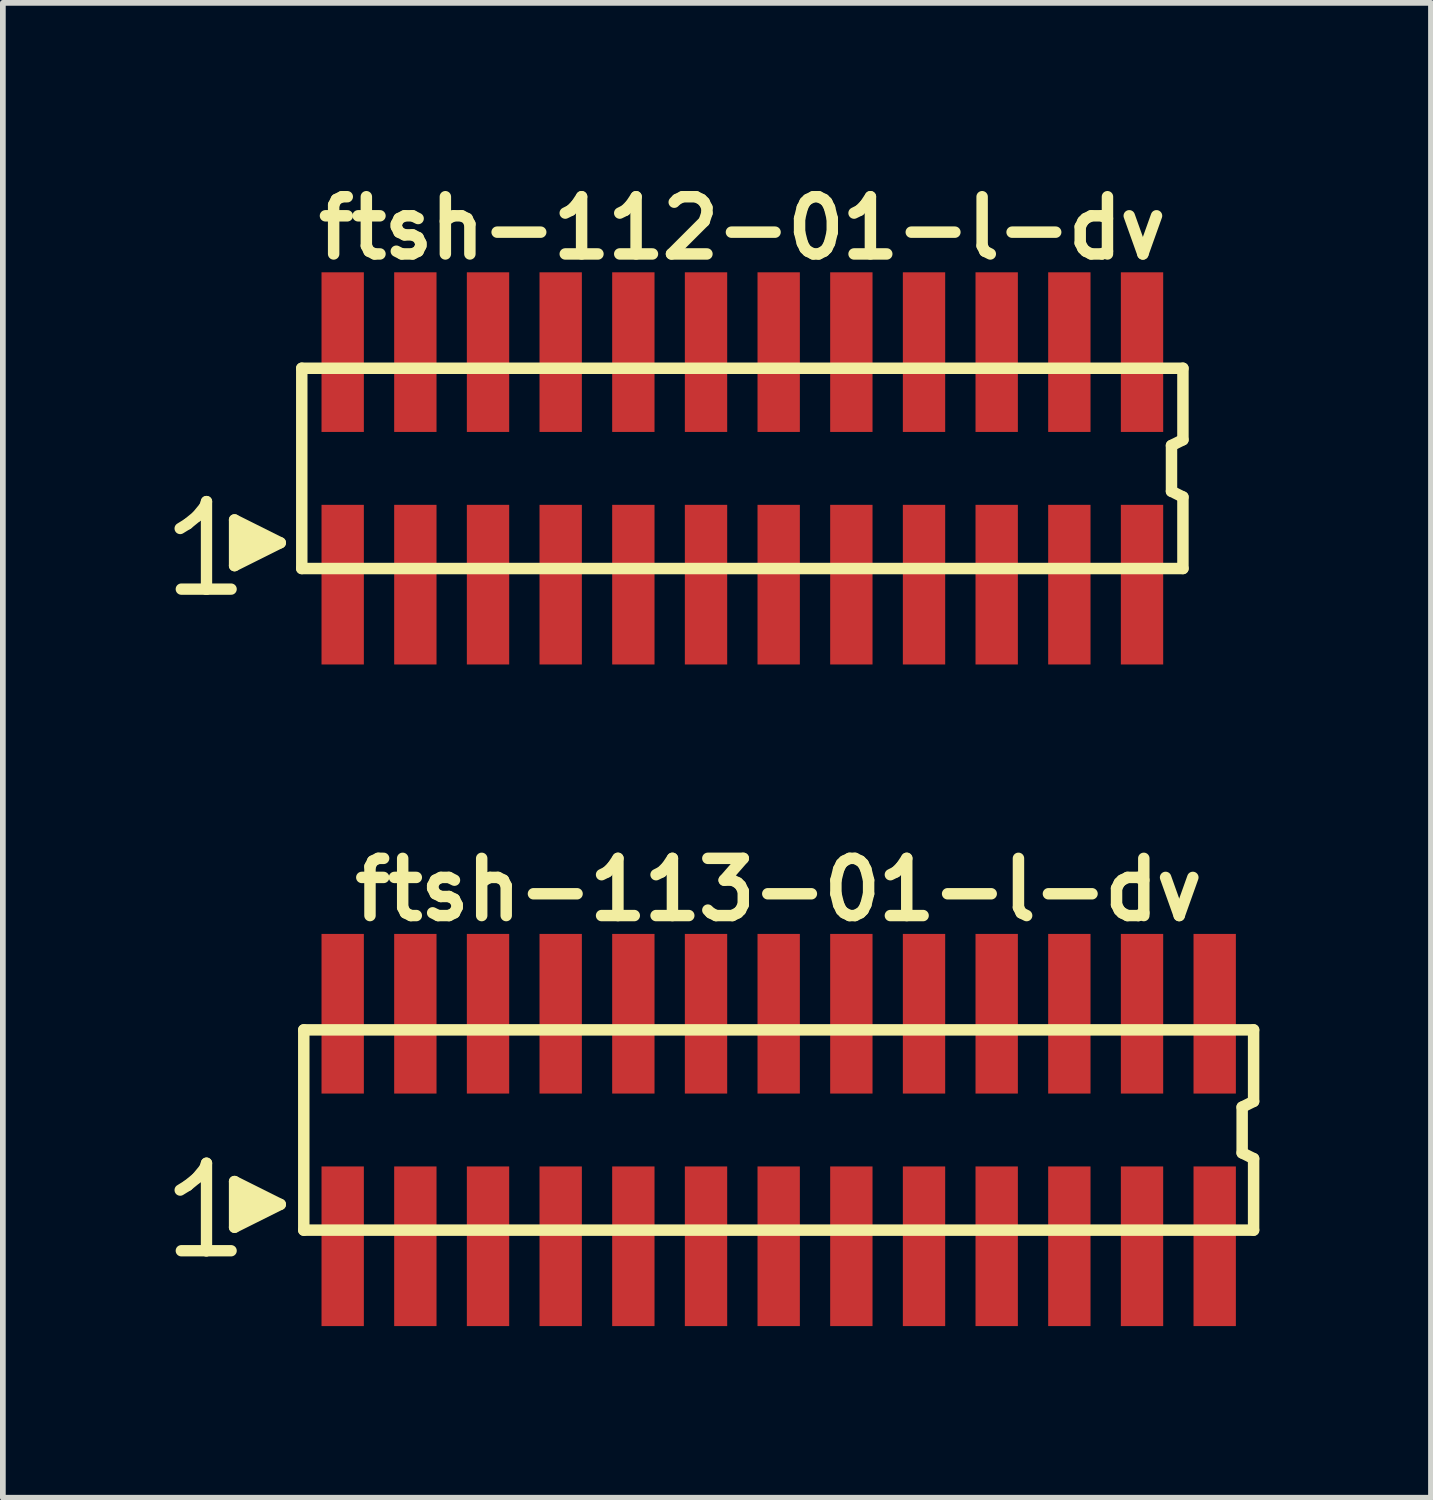
<source format=kicad_pcb>
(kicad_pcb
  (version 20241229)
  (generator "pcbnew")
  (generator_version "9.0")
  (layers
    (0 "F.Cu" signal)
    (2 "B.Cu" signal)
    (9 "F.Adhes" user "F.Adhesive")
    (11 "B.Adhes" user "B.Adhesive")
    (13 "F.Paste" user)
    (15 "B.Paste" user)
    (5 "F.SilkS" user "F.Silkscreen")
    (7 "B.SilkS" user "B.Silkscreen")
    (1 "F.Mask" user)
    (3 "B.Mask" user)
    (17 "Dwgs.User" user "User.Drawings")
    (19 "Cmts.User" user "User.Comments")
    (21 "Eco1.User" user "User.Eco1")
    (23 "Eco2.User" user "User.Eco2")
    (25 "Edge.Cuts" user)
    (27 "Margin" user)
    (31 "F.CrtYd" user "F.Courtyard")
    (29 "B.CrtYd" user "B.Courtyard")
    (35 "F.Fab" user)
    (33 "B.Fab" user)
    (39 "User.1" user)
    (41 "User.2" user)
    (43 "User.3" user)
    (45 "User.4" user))
  (footprint "ftsh-112-01-l-dv"
    (layer "F.Cu")
    (at 9.924 5.136)
    (property "Reference" "ftsh-112-01-l-dv" (at 0 -4.2 0) (layer "F.SilkS") (effects (font (size 1 1) (thickness 0.2))))
    (attr through_hole)
    (fp_line (start -9.825 1.05) (end -9.695 0.97) (stroke (width 0.198) (type solid)) (layer "F.SilkS"))
    (fp_line (start -9.695 0.97) (end -9.535 0.84) (stroke (width 0.198) (type solid)) (layer "F.SilkS"))
    (fp_line (start -9.535 0.84) (end -9.395 0.67) (stroke (width 0.198) (type solid)) (layer "F.SilkS"))
    (fp_line (start -9.395 0.67) (end -9.365 0.58) (stroke (width 0.198) (type solid)) (layer "F.SilkS"))
    (fp_line (start -9.365 0.58) (end -9.365 2.11) (stroke (width 0.198) (type solid)) (layer "F.SilkS"))
    (fp_line (start -9.365 2.11) (end -9.805 2.11) (stroke (width 0.198) (type solid)) (layer "F.SilkS"))
    (fp_line (start -8.935 2.11) (end -9.375 2.11) (stroke (width 0.198) (type solid)) (layer "F.SilkS"))
    (fp_line (start -8.875 0.9) (end -8.075 1.3) (stroke (width 0.198) (type solid)) (layer "F.SilkS"))
    (fp_line (start -8.875 1.7) (end -8.875 0.9) (stroke (width 0.198) (type solid)) (layer "F.SilkS"))
    (fp_line (start -8.775 1.6) (end -8.775 1) (stroke (width 0.198) (type solid)) (layer "F.SilkS"))
    (fp_line (start -8.675 1.1) (end -8.675 1.5) (stroke (width 0.198) (type solid)) (layer "F.SilkS"))
    (fp_line (start -8.575 1.5) (end -8.575 1.1) (stroke (width 0.198) (type solid)) (layer "F.SilkS"))
    (fp_line (start -8.475 1.2) (end -8.475 1.4) (stroke (width 0.198) (type solid)) (layer "F.SilkS"))
    (fp_line (start -8.375 1.4) (end -8.375 1.2) (stroke (width 0.198) (type solid)) (layer "F.SilkS"))
    (fp_line (start -8.075 1.3) (end -8.875 1.7) (stroke (width 0.198) (type solid)) (layer "F.SilkS"))
    (fp_line (start -7.7 -1.75) (end -7.7 1.75) (stroke (width 0.2) (type solid)) (layer "F.SilkS"))
    (fp_line (start -7.7 -1.75) (end 7.7 -1.75) (stroke (width 0.2) (type solid)) (layer "F.SilkS"))
    (fp_line (start -7.7 1.75) (end 7.7 1.75) (stroke (width 0.2) (type solid)) (layer "F.SilkS"))
    (fp_line (start 7.5 -0.4) (end 7.5 0.4) (stroke (width 0.2) (type solid)) (layer "F.SilkS"))
    (fp_line (start 7.5 0.4) (end 7.7 0.5) (stroke (width 0.2) (type solid)) (layer "F.SilkS"))
    (fp_line (start 7.7 -0.5) (end 7.5 -0.4) (stroke (width 0.2) (type solid)) (layer "F.SilkS"))
    (fp_line (start 7.7 -0.5) (end 7.7 -1.75) (stroke (width 0.2) (type solid)) (layer "F.SilkS"))
    (fp_line (start 7.7 0.5) (end 7.7 1.75) (stroke (width 0.2) (type solid)) (layer "F.SilkS"))
    (pad "1" smd rect (at -6.985 2.032) (size 0.74 2.79) (layers "F.Cu" "F.Mask" "F.Paste"))
    (pad "2" smd rect (at -6.985 -2.032) (size 0.74 2.79) (layers "F.Cu" "F.Mask" "F.Paste"))
    (pad "3" smd rect (at -5.715 2.032) (size 0.74 2.79) (layers "F.Cu" "F.Mask" "F.Paste"))
    (pad "4" smd rect (at -5.715 -2.032) (size 0.74 2.79) (layers "F.Cu" "F.Mask" "F.Paste"))
    (pad "5" smd rect (at -4.445 2.032) (size 0.74 2.79) (layers "F.Cu" "F.Mask" "F.Paste"))
    (pad "6" smd rect (at -4.445 -2.032) (size 0.74 2.79) (layers "F.Cu" "F.Mask" "F.Paste"))
    (pad "7" smd rect (at -3.175 2.032) (size 0.74 2.79) (layers "F.Cu" "F.Mask" "F.Paste"))
    (pad "8" smd rect (at -3.175 -2.032) (size 0.74 2.79) (layers "F.Cu" "F.Mask" "F.Paste"))
    (pad "9" smd rect (at -1.905 2.032) (size 0.74 2.79) (layers "F.Cu" "F.Mask" "F.Paste"))
    (pad "10" smd rect (at -1.905 -2.032) (size 0.74 2.79) (layers "F.Cu" "F.Mask" "F.Paste"))
    (pad "11" smd rect (at -0.635 2.032) (size 0.74 2.79) (layers "F.Cu" "F.Mask" "F.Paste"))
    (pad "12" smd rect (at -0.635 -2.032) (size 0.74 2.79) (layers "F.Cu" "F.Mask" "F.Paste"))
    (pad "13" smd rect (at 0.635 2.032) (size 0.74 2.79) (layers "F.Cu" "F.Mask" "F.Paste"))
    (pad "14" smd rect (at 0.635 -2.032) (size 0.74 2.79) (layers "F.Cu" "F.Mask" "F.Paste"))
    (pad "15" smd rect (at 1.905 2.032) (size 0.74 2.79) (layers "F.Cu" "F.Mask" "F.Paste"))
    (pad "16" smd rect (at 1.905 -2.032) (size 0.74 2.79) (layers "F.Cu" "F.Mask" "F.Paste"))
    (pad "17" smd rect (at 3.175 2.032) (size 0.74 2.79) (layers "F.Cu" "F.Mask" "F.Paste"))
    (pad "18" smd rect (at 3.175 -2.032) (size 0.74 2.79) (layers "F.Cu" "F.Mask" "F.Paste"))
    (pad "19" smd rect (at 4.445 2.032) (size 0.74 2.79) (layers "F.Cu" "F.Mask" "F.Paste"))
    (pad "20" smd rect (at 4.445 -2.032) (size 0.74 2.79) (layers "F.Cu" "F.Mask" "F.Paste"))
    (pad "21" smd rect (at 5.715 2.032) (size 0.74 2.79) (layers "F.Cu" "F.Mask" "F.Paste"))
    (pad "22" smd rect (at 5.715 -2.032) (size 0.74 2.79) (layers "F.Cu" "F.Mask" "F.Paste"))
    (pad "23" smd rect (at 6.985 2.032) (size 0.74 2.79) (layers "F.Cu" "F.Mask" "F.Paste"))
    (pad "24" smd rect (at 6.985 -2.032) (size 0.74 2.79) (layers "F.Cu" "F.Mask" "F.Paste")))
  (footprint "ftsh-113-01-l-dv"
    (layer "F.Cu")
    (at 10.559 16.699)
    (property "Reference" "ftsh-113-01-l-dv" (at 0 -4.2 0) (layer "F.SilkS") (effects (font (size 1 1) (thickness 0.2))))
    (attr through_hole)
    (fp_line (start -10.46 1.05) (end -10.33 0.97) (stroke (width 0.198) (type solid)) (layer "F.SilkS"))
    (fp_line (start -10.33 0.97) (end -10.17 0.84) (stroke (width 0.198) (type solid)) (layer "F.SilkS"))
    (fp_line (start -10.17 0.84) (end -10.03 0.67) (stroke (width 0.198) (type solid)) (layer "F.SilkS"))
    (fp_line (start -10.03 0.67) (end -10 0.58) (stroke (width 0.198) (type solid)) (layer "F.SilkS"))
    (fp_line (start -10 0.58) (end -10 2.11) (stroke (width 0.198) (type solid)) (layer "F.SilkS"))
    (fp_line (start -10 2.11) (end -10.44 2.11) (stroke (width 0.198) (type solid)) (layer "F.SilkS"))
    (fp_line (start -9.57 2.11) (end -10.01 2.11) (stroke (width 0.198) (type solid)) (layer "F.SilkS"))
    (fp_line (start -9.51 0.9) (end -8.71 1.3) (stroke (width 0.198) (type solid)) (layer "F.SilkS"))
    (fp_line (start -9.51 1.7) (end -9.51 0.9) (stroke (width 0.198) (type solid)) (layer "F.SilkS"))
    (fp_line (start -9.41 1.6) (end -9.41 1) (stroke (width 0.198) (type solid)) (layer "F.SilkS"))
    (fp_line (start -9.31 1.1) (end -9.31 1.5) (stroke (width 0.198) (type solid)) (layer "F.SilkS"))
    (fp_line (start -9.21 1.5) (end -9.21 1.1) (stroke (width 0.198) (type solid)) (layer "F.SilkS"))
    (fp_line (start -9.11 1.2) (end -9.11 1.4) (stroke (width 0.198) (type solid)) (layer "F.SilkS"))
    (fp_line (start -9.01 1.4) (end -9.01 1.2) (stroke (width 0.198) (type solid)) (layer "F.SilkS"))
    (fp_line (start -8.71 1.3) (end -9.51 1.7) (stroke (width 0.198) (type solid)) (layer "F.SilkS"))
    (fp_line (start -8.3 -1.75) (end -8.3 1.75) (stroke (width 0.2) (type solid)) (layer "F.SilkS"))
    (fp_line (start -8.3 -1.75) (end 8.3 -1.75) (stroke (width 0.2) (type solid)) (layer "F.SilkS"))
    (fp_line (start -8.3 1.75) (end 8.3 1.75) (stroke (width 0.2) (type solid)) (layer "F.SilkS"))
    (fp_line (start 8.1 -0.4) (end 8.1 0.4) (stroke (width 0.2) (type solid)) (layer "F.SilkS"))
    (fp_line (start 8.1 0.4) (end 8.3 0.5) (stroke (width 0.2) (type solid)) (layer "F.SilkS"))
    (fp_line (start 8.3 -0.5) (end 8.1 -0.4) (stroke (width 0.2) (type solid)) (layer "F.SilkS"))
    (fp_line (start 8.3 -0.5) (end 8.3 -1.75) (stroke (width 0.2) (type solid)) (layer "F.SilkS"))
    (fp_line (start 8.3 0.5) (end 8.3 1.75) (stroke (width 0.2) (type solid)) (layer "F.SilkS"))
    (pad "1" smd rect (at -7.62 2.032) (size 0.74 2.79) (layers "F.Cu" "F.Mask" "F.Paste"))
    (pad "2" smd rect (at -7.62 -2.032) (size 0.74 2.79) (layers "F.Cu" "F.Mask" "F.Paste"))
    (pad "3" smd rect (at -6.35 2.032) (size 0.74 2.79) (layers "F.Cu" "F.Mask" "F.Paste"))
    (pad "4" smd rect (at -6.35 -2.032) (size 0.74 2.79) (layers "F.Cu" "F.Mask" "F.Paste"))
    (pad "5" smd rect (at -5.08 2.032) (size 0.74 2.79) (layers "F.Cu" "F.Mask" "F.Paste"))
    (pad "6" smd rect (at -5.08 -2.032) (size 0.74 2.79) (layers "F.Cu" "F.Mask" "F.Paste"))
    (pad "7" smd rect (at -3.81 2.032) (size 0.74 2.79) (layers "F.Cu" "F.Mask" "F.Paste"))
    (pad "8" smd rect (at -3.81 -2.032) (size 0.74 2.79) (layers "F.Cu" "F.Mask" "F.Paste"))
    (pad "9" smd rect (at -2.54 2.032) (size 0.74 2.79) (layers "F.Cu" "F.Mask" "F.Paste"))
    (pad "10" smd rect (at -2.54 -2.032) (size 0.74 2.79) (layers "F.Cu" "F.Mask" "F.Paste"))
    (pad "11" smd rect (at -1.27 2.032) (size 0.74 2.79) (layers "F.Cu" "F.Mask" "F.Paste"))
    (pad "12" smd rect (at -1.27 -2.032) (size 0.74 2.79) (layers "F.Cu" "F.Mask" "F.Paste"))
    (pad "13" smd rect (at 0 2.032) (size 0.74 2.79) (layers "F.Cu" "F.Mask" "F.Paste"))
    (pad "14" smd rect (at 0 -2.032) (size 0.74 2.79) (layers "F.Cu" "F.Mask" "F.Paste"))
    (pad "15" smd rect (at 1.27 2.032) (size 0.74 2.79) (layers "F.Cu" "F.Mask" "F.Paste"))
    (pad "16" smd rect (at 1.27 -2.032) (size 0.74 2.79) (layers "F.Cu" "F.Mask" "F.Paste"))
    (pad "17" smd rect (at 2.54 2.032) (size 0.74 2.79) (layers "F.Cu" "F.Mask" "F.Paste"))
    (pad "18" smd rect (at 2.54 -2.032) (size 0.74 2.79) (layers "F.Cu" "F.Mask" "F.Paste"))
    (pad "19" smd rect (at 3.81 2.032) (size 0.74 2.79) (layers "F.Cu" "F.Mask" "F.Paste"))
    (pad "20" smd rect (at 3.81 -2.032) (size 0.74 2.79) (layers "F.Cu" "F.Mask" "F.Paste"))
    (pad "21" smd rect (at 5.08 2.032) (size 0.74 2.79) (layers "F.Cu" "F.Mask" "F.Paste"))
    (pad "22" smd rect (at 5.08 -2.032) (size 0.74 2.79) (layers "F.Cu" "F.Mask" "F.Paste"))
    (pad "23" smd rect (at 6.35 2.032) (size 0.74 2.79) (layers "F.Cu" "F.Mask" "F.Paste"))
    (pad "24" smd rect (at 6.35 -2.032) (size 0.74 2.79) (layers "F.Cu" "F.Mask" "F.Paste"))
    (pad "25" smd rect (at 7.62 2.032) (size 0.74 2.79) (layers "F.Cu" "F.Mask" "F.Paste"))
    (pad "26" smd rect (at 7.62 -2.032) (size 0.74 2.79) (layers "F.Cu" "F.Mask" "F.Paste")))
  (gr_rect
    (start -3 -3)
    (end 21.959 23.126)
    (stroke (width 0.1) (type default))
    (fill no)
    (layer "Edge.Cuts")))
</source>
